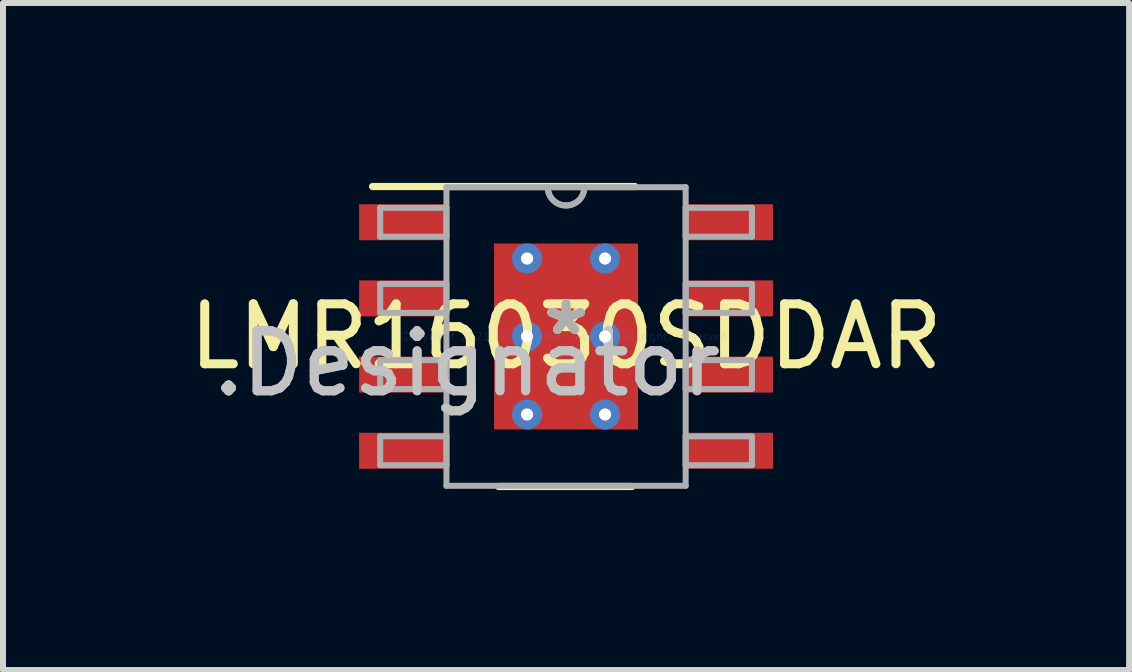
<source format=kicad_pcb>
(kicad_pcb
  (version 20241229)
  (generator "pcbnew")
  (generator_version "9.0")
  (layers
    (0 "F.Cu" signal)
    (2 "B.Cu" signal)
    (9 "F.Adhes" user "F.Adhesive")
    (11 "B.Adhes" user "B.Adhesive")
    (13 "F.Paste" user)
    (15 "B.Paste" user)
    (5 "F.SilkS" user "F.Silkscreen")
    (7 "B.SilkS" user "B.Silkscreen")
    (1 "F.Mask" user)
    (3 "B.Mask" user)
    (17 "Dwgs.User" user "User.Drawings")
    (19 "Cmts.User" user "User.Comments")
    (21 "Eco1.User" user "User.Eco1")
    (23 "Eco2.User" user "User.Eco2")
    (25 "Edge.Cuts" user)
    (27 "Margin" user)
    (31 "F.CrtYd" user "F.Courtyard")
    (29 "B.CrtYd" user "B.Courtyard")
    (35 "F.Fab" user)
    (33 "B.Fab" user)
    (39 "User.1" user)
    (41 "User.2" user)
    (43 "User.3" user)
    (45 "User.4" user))
  (footprint "LMR16030SDDAR"
    (layer "F.Cu")
    (at 6.387 2.56)
    (property "Reference" "LMR16030SDDAR" (at 0 0 0) (layer "F.SilkS") (effects (font (size 1 1) (thickness 0.15))))
    (attr through_hole)
    (fp_line (start -3.225 -2.5) (end 1.15 -2.5) (stroke (width 0.12) (type solid)) (layer "F.SilkS"))
    (fp_line (start -1.125 2.5) (end 1.1 2.5) (stroke (width 0.12) (type solid)) (layer "F.SilkS"))
    (fp_line (start -3.099 -2.146) (end -1.994 -2.146) (stroke (width 0.1) (type solid)) (layer "F.Fab"))
    (fp_line (start -3.099 -1.664) (end -3.099 -2.146) (stroke (width 0.1) (type solid)) (layer "F.Fab"))
    (fp_line (start -3.099 -1.664) (end -1.994 -1.664) (stroke (width 0.1) (type solid)) (layer "F.Fab"))
    (fp_line (start -3.099 -0.876) (end -1.994 -0.876) (stroke (width 0.1) (type solid)) (layer "F.Fab"))
    (fp_line (start -3.099 -0.394) (end -3.099 -0.876) (stroke (width 0.1) (type solid)) (layer "F.Fab"))
    (fp_line (start -3.099 -0.394) (end -1.994 -0.394) (stroke (width 0.1) (type solid)) (layer "F.Fab"))
    (fp_line (start -3.099 0.394) (end -1.994 0.394) (stroke (width 0.1) (type solid)) (layer "F.Fab"))
    (fp_line (start -3.099 0.876) (end -3.099 0.394) (stroke (width 0.1) (type solid)) (layer "F.Fab"))
    (fp_line (start -3.099 0.876) (end -1.994 0.876) (stroke (width 0.1) (type solid)) (layer "F.Fab"))
    (fp_line (start -3.099 1.664) (end -1.994 1.664) (stroke (width 0.1) (type solid)) (layer "F.Fab"))
    (fp_line (start -3.099 2.146) (end -3.099 1.664) (stroke (width 0.1) (type solid)) (layer "F.Fab"))
    (fp_line (start -3.099 2.146) (end -1.994 2.146) (stroke (width 0.1) (type solid)) (layer "F.Fab"))
    (fp_line (start -1.994 -2.489) (end 1.994 -2.489) (stroke (width 0.1) (type solid)) (layer "F.Fab"))
    (fp_line (start -1.994 -1.664) (end -1.994 -2.146) (stroke (width 0.1) (type solid)) (layer "F.Fab"))
    (fp_line (start -1.994 -0.394) (end -1.994 -0.876) (stroke (width 0.1) (type solid)) (layer "F.Fab"))
    (fp_line (start -1.994 0.876) (end -1.994 0.394) (stroke (width 0.1) (type solid)) (layer "F.Fab"))
    (fp_line (start -1.994 2.146) (end -1.994 1.664) (stroke (width 0.1) (type solid)) (layer "F.Fab"))
    (fp_line (start -1.994 2.489) (end -1.994 -2.489) (stroke (width 0.1) (type solid)) (layer "F.Fab"))
    (fp_line (start -1.994 2.489) (end 1.994 2.489) (stroke (width 0.1) (type solid)) (layer "F.Fab"))
    (fp_line (start 1.994 -2.146) (end 3.099 -2.146) (stroke (width 0.1) (type solid)) (layer "F.Fab"))
    (fp_line (start 1.994 -1.664) (end 1.994 -2.146) (stroke (width 0.1) (type solid)) (layer "F.Fab"))
    (fp_line (start 1.994 -1.664) (end 3.099 -1.664) (stroke (width 0.1) (type solid)) (layer "F.Fab"))
    (fp_line (start 1.994 -0.876) (end 3.099 -0.876) (stroke (width 0.1) (type solid)) (layer "F.Fab"))
    (fp_line (start 1.994 -0.394) (end 1.994 -0.876) (stroke (width 0.1) (type solid)) (layer "F.Fab"))
    (fp_line (start 1.994 -0.394) (end 3.099 -0.394) (stroke (width 0.1) (type solid)) (layer "F.Fab"))
    (fp_line (start 1.994 0.394) (end 3.099 0.394) (stroke (width 0.1) (type solid)) (layer "F.Fab"))
    (fp_line (start 1.994 0.876) (end 1.994 0.394) (stroke (width 0.1) (type solid)) (layer "F.Fab"))
    (fp_line (start 1.994 0.876) (end 3.099 0.876) (stroke (width 0.1) (type solid)) (layer "F.Fab"))
    (fp_line (start 1.994 1.664) (end 3.099 1.664) (stroke (width 0.1) (type solid)) (layer "F.Fab"))
    (fp_line (start 1.994 2.146) (end 1.994 1.664) (stroke (width 0.1) (type solid)) (layer "F.Fab"))
    (fp_line (start 1.994 2.146) (end 3.099 2.146) (stroke (width 0.1) (type solid)) (layer "F.Fab"))
    (fp_line (start 1.994 2.489) (end 1.994 -2.489) (stroke (width 0.1) (type solid)) (layer "F.Fab"))
    (fp_line (start 3.099 -1.664) (end 3.099 -2.146) (stroke (width 0.1) (type solid)) (layer "F.Fab"))
    (fp_line (start 3.099 -0.394) (end 3.099 -0.876) (stroke (width 0.1) (type solid)) (layer "F.Fab"))
    (fp_line (start 3.099 0.876) (end 3.099 0.394) (stroke (width 0.1) (type solid)) (layer "F.Fab"))
    (fp_line (start 3.099 2.146) (end 3.099 1.664) (stroke (width 0.1) (type solid)) (layer "F.Fab"))
    (fp_arc (start 0.3048 -2.4892) (mid 0 -2.1844) (end -0.3048 -2.4892) (stroke (width 0.1) (type solid)) (layer "F.Fab"))
    (fp_arc (start 0.3048 -2.4892) (mid 0 -2.1844) (end -0.3048 -2.4892) (stroke (width 0.1) (type solid)) (layer "F.Fab"))
    (fp_text user "*" (at 0 0 0) (layer "F.SilkS") (effects (font (size 1 1) (thickness 0.15))))
    (fp_text user ".Designator" (at -1.65 0.45 0) (layer "Dwgs.User") (effects (font (size 1 1) (thickness 0.15))))
    (fp_text user "Copyright 2021 Accelerated Designs. All rights reserved." (at 0 0 0) (layer "Cmts.User") (effects (font (size 0.127 0.127) (thickness 0.002))))
    (fp_text user "*" (at 0 0 0) (layer "F.Fab") (effects (font (size 1 1) (thickness 0.15))))
    (fp_text user ".Designator" (at -1.65 0.45 0) (layer "F.Fab") (effects (font (size 1 1) (thickness 0.15))))
    (pad "1" smd rect (at -2.725 -1.905 90) (size 0.6 1.45) (layers "F.Cu" "F.Mask" "F.Paste"))
    (pad "2" smd rect (at -2.725 -0.635 90) (size 0.6 1.45) (layers "F.Cu" "F.Mask" "F.Paste"))
    (pad "3" smd rect (at -2.725 0.635 90) (size 0.6 1.45) (layers "F.Cu" "F.Mask" "F.Paste"))
    (pad "4" smd rect (at -2.725 1.905 90) (size 0.6 1.45) (layers "F.Cu" "F.Mask" "F.Paste"))
    (pad "5" smd rect (at 2.725 1.905 90) (size 0.6 1.45) (layers "F.Cu" "F.Mask" "F.Paste"))
    (pad "6" smd rect (at 2.725 0.635 90) (size 0.6 1.45) (layers "F.Cu" "F.Mask" "F.Paste"))
    (pad "7" smd rect (at 2.725 -0.635 90) (size 0.6 1.45) (layers "F.Cu" "F.Mask" "F.Paste"))
    (pad "8" smd rect (at 2.725 -1.905 90) (size 0.6 1.45) (layers "F.Cu" "F.Mask" "F.Paste"))
    (pad "9" smd rect (at 0 0) (size 2.4 3.1) (layers "F.Cu" "F.Mask" "F.Paste"))
    (pad "V" thru_hole circle (at -0.65 -1.3) (size 0.5 0.5) (drill 0.203) (layers "*.Cu" "*.Mask"))
    (pad "V" thru_hole circle (at -0.65 0) (size 0.5 0.5) (drill 0.203) (layers "*.Cu" "*.Mask"))
    (pad "V" thru_hole circle (at -0.65 1.3) (size 0.5 0.5) (drill 0.203) (layers "*.Cu" "*.Mask"))
    (pad "V" thru_hole circle (at 0.65 -1.3) (size 0.5 0.5) (drill 0.203) (layers "*.Cu" "*.Mask"))
    (pad "V" thru_hole circle (at 0.65 0) (size 0.5 0.5) (drill 0.203) (layers "*.Cu" "*.Mask"))
    (pad "V" thru_hole circle (at 0.65 1.3) (size 0.5 0.5) (drill 0.203) (layers "*.Cu" "*.Mask")))
  (gr_rect
    (start -3 -3)
    (end 15.774 8.12)
    (stroke (width 0.1) (type default))
    (fill no)
    (layer "Edge.Cuts")))
</source>
